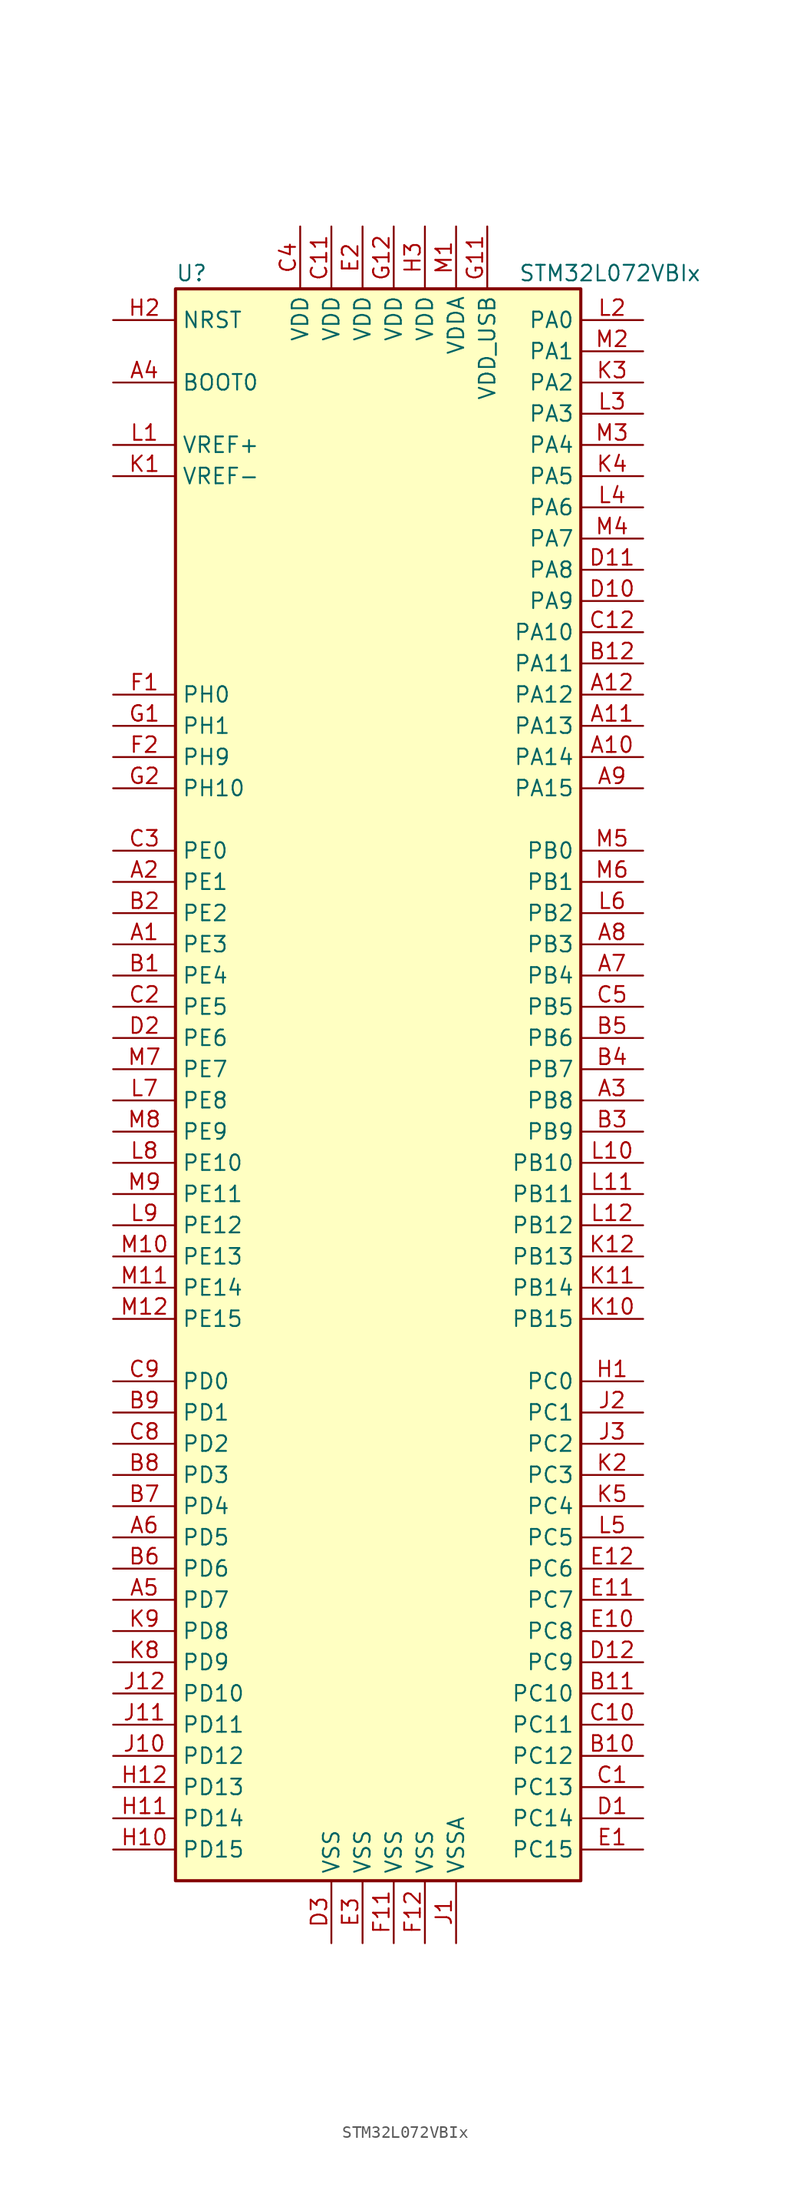
<source format=kicad_sym>
(kicad_symbol_lib
  (version 20211014)
  (generator kicad_symbol_editor)
  (symbol "STM32L072VBIx"
    (property "Reference" "U"
      (at -17.78 64.77 0)
      (effects (font (size 1.27 1.27)) (justify left)))
    (property "Value" "STM32L072VBIx"
      (at 10.16 64.77 0)
      (effects (font (size 1.27 1.27)) (justify left)))
    (symbol "STM32L072VBIx_0_1"
      (rectangle (start -17.78 -66.04) (end 15.24 63.5) (stroke (width 0.254) (type default) (color 0 0 0 0)) (fill (type background))))
    (symbol "STM32L072VBIx_1_1"
      (pin bidirectional line (at -22.86 10.16 0) (length 5.08) (name "PE3" (effects (font (size 1.27 1.27)))) (number "A1" (effects (font (size 1.27 1.27)))))
      (pin bidirectional line (at 20.32 25.4 180) (length 5.08) (name "PA14" (effects (font (size 1.27 1.27)))) (number "A10" (effects (font (size 1.27 1.27)))))
      (pin bidirectional line (at 20.32 27.94 180) (length 5.08) (name "PA13" (effects (font (size 1.27 1.27)))) (number "A11" (effects (font (size 1.27 1.27)))))
      (pin bidirectional line (at 20.32 30.48 180) (length 5.08) (name "PA12" (effects (font (size 1.27 1.27)))) (number "A12" (effects (font (size 1.27 1.27)))))
      (pin bidirectional line (at -22.86 15.24 0) (length 5.08) (name "PE1" (effects (font (size 1.27 1.27)))) (number "A2" (effects (font (size 1.27 1.27)))))
      (pin bidirectional line (at 20.32 -2.54 180) (length 5.08) (name "PB8" (effects (font (size 1.27 1.27)))) (number "A3" (effects (font (size 1.27 1.27)))))
      (pin input line (at -22.86 55.88 0) (length 5.08) (name "BOOT0" (effects (font (size 1.27 1.27)))) (number "A4" (effects (font (size 1.27 1.27)))))
      (pin bidirectional line (at -22.86 -43.18 0) (length 5.08) (name "PD7" (effects (font (size 1.27 1.27)))) (number "A5" (effects (font (size 1.27 1.27)))))
      (pin bidirectional line (at -22.86 -38.1 0) (length 5.08) (name "PD5" (effects (font (size 1.27 1.27)))) (number "A6" (effects (font (size 1.27 1.27)))))
      (pin bidirectional line (at 20.32 7.62 180) (length 5.08) (name "PB4" (effects (font (size 1.27 1.27)))) (number "A7" (effects (font (size 1.27 1.27)))))
      (pin bidirectional line (at 20.32 10.16 180) (length 5.08) (name "PB3" (effects (font (size 1.27 1.27)))) (number "A8" (effects (font (size 1.27 1.27)))))
      (pin bidirectional line (at 20.32 22.86 180) (length 5.08) (name "PA15" (effects (font (size 1.27 1.27)))) (number "A9" (effects (font (size 1.27 1.27)))))
      (pin bidirectional line (at -22.86 7.62 0) (length 5.08) (name "PE4" (effects (font (size 1.27 1.27)))) (number "B1" (effects (font (size 1.27 1.27)))))
      (pin bidirectional line (at 20.32 -55.88 180) (length 5.08) (name "PC12" (effects (font (size 1.27 1.27)))) (number "B10" (effects (font (size 1.27 1.27)))))
      (pin bidirectional line (at 20.32 -50.8 180) (length 5.08) (name "PC10" (effects (font (size 1.27 1.27)))) (number "B11" (effects (font (size 1.27 1.27)))))
      (pin bidirectional line (at 20.32 33.02 180) (length 5.08) (name "PA11" (effects (font (size 1.27 1.27)))) (number "B12" (effects (font (size 1.27 1.27)))))
      (pin bidirectional line (at -22.86 12.7 0) (length 5.08) (name "PE2" (effects (font (size 1.27 1.27)))) (number "B2" (effects (font (size 1.27 1.27)))))
      (pin bidirectional line (at 20.32 -5.08 180) (length 5.08) (name "PB9" (effects (font (size 1.27 1.27)))) (number "B3" (effects (font (size 1.27 1.27)))))
      (pin bidirectional line (at 20.32 0 180) (length 5.08) (name "PB7" (effects (font (size 1.27 1.27)))) (number "B4" (effects (font (size 1.27 1.27)))))
      (pin bidirectional line (at 20.32 2.54 180) (length 5.08) (name "PB6" (effects (font (size 1.27 1.27)))) (number "B5" (effects (font (size 1.27 1.27)))))
      (pin bidirectional line (at -22.86 -40.64 0) (length 5.08) (name "PD6" (effects (font (size 1.27 1.27)))) (number "B6" (effects (font (size 1.27 1.27)))))
      (pin bidirectional line (at -22.86 -35.56 0) (length 5.08) (name "PD4" (effects (font (size 1.27 1.27)))) (number "B7" (effects (font (size 1.27 1.27)))))
      (pin bidirectional line (at -22.86 -33.02 0) (length 5.08) (name "PD3" (effects (font (size 1.27 1.27)))) (number "B8" (effects (font (size 1.27 1.27)))))
      (pin bidirectional line (at -22.86 -27.94 0) (length 5.08) (name "PD1" (effects (font (size 1.27 1.27)))) (number "B9" (effects (font (size 1.27 1.27)))))
      (pin bidirectional line (at 20.32 -58.42 180) (length 5.08) (name "PC13" (effects (font (size 1.27 1.27)))) (number "C1" (effects (font (size 1.27 1.27)))))
      (pin bidirectional line (at 20.32 -53.34 180) (length 5.08) (name "PC11" (effects (font (size 1.27 1.27)))) (number "C10" (effects (font (size 1.27 1.27)))))
      (pin power_in line (at -5.08 68.58 270) (length 5.08) (name "VDD" (effects (font (size 1.27 1.27)))) (number "C11" (effects (font (size 1.27 1.27)))))
      (pin bidirectional line (at 20.32 35.56 180) (length 5.08) (name "PA10" (effects (font (size 1.27 1.27)))) (number "C12" (effects (font (size 1.27 1.27)))))
      (pin bidirectional line (at -22.86 5.08 0) (length 5.08) (name "PE5" (effects (font (size 1.27 1.27)))) (number "C2" (effects (font (size 1.27 1.27)))))
      (pin bidirectional line (at -22.86 17.78 0) (length 5.08) (name "PE0" (effects (font (size 1.27 1.27)))) (number "C3" (effects (font (size 1.27 1.27)))))
      (pin power_in line (at -7.62 68.58 270) (length 5.08) (name "VDD" (effects (font (size 1.27 1.27)))) (number "C4" (effects (font (size 1.27 1.27)))))
      (pin bidirectional line (at 20.32 5.08 180) (length 5.08) (name "PB5" (effects (font (size 1.27 1.27)))) (number "C5" (effects (font (size 1.27 1.27)))))
      (pin bidirectional line (at -22.86 -30.48 0) (length 5.08) (name "PD2" (effects (font (size 1.27 1.27)))) (number "C8" (effects (font (size 1.27 1.27)))))
      (pin bidirectional line (at -22.86 -25.4 0) (length 5.08) (name "PD0" (effects (font (size 1.27 1.27)))) (number "C9" (effects (font (size 1.27 1.27)))))
      (pin bidirectional line (at 20.32 -60.96 180) (length 5.08) (name "PC14" (effects (font (size 1.27 1.27)))) (number "D1" (effects (font (size 1.27 1.27)))))
      (pin bidirectional line (at 20.32 38.1 180) (length 5.08) (name "PA9" (effects (font (size 1.27 1.27)))) (number "D10" (effects (font (size 1.27 1.27)))))
      (pin bidirectional line (at 20.32 40.64 180) (length 5.08) (name "PA8" (effects (font (size 1.27 1.27)))) (number "D11" (effects (font (size 1.27 1.27)))))
      (pin bidirectional line (at 20.32 -48.26 180) (length 5.08) (name "PC9" (effects (font (size 1.27 1.27)))) (number "D12" (effects (font (size 1.27 1.27)))))
      (pin bidirectional line (at -22.86 2.54 0) (length 5.08) (name "PE6" (effects (font (size 1.27 1.27)))) (number "D2" (effects (font (size 1.27 1.27)))))
      (pin power_in line (at -5.08 -71.12 90) (length 5.08) (name "VSS" (effects (font (size 1.27 1.27)))) (number "D3" (effects (font (size 1.27 1.27)))))
      (pin bidirectional line (at 20.32 -63.5 180) (length 5.08) (name "PC15" (effects (font (size 1.27 1.27)))) (number "E1" (effects (font (size 1.27 1.27)))))
      (pin bidirectional line (at 20.32 -45.72 180) (length 5.08) (name "PC8" (effects (font (size 1.27 1.27)))) (number "E10" (effects (font (size 1.27 1.27)))))
      (pin bidirectional line (at 20.32 -43.18 180) (length 5.08) (name "PC7" (effects (font (size 1.27 1.27)))) (number "E11" (effects (font (size 1.27 1.27)))))
      (pin bidirectional line (at 20.32 -40.64 180) (length 5.08) (name "PC6" (effects (font (size 1.27 1.27)))) (number "E12" (effects (font (size 1.27 1.27)))))
      (pin power_in line (at -2.54 68.58 270) (length 5.08) (name "VDD" (effects (font (size 1.27 1.27)))) (number "E2" (effects (font (size 1.27 1.27)))))
      (pin power_in line (at -2.54 -71.12 90) (length 5.08) (name "VSS" (effects (font (size 1.27 1.27)))) (number "E3" (effects (font (size 1.27 1.27)))))
      (pin input line (at -22.86 30.48 0) (length 5.08) (name "PH0" (effects (font (size 1.27 1.27)))) (number "F1" (effects (font (size 1.27 1.27)))))
      (pin power_in line (at 0 -71.12 90) (length 5.08) (name "VSS" (effects (font (size 1.27 1.27)))) (number "F11" (effects (font (size 1.27 1.27)))))
      (pin power_in line (at 2.54 -71.12 90) (length 5.08) (name "VSS" (effects (font (size 1.27 1.27)))) (number "F12" (effects (font (size 1.27 1.27)))))
      (pin bidirectional line (at -22.86 25.4 0) (length 5.08) (name "PH9" (effects (font (size 1.27 1.27)))) (number "F2" (effects (font (size 1.27 1.27)))))
      (pin input line (at -22.86 27.94 0) (length 5.08) (name "PH1" (effects (font (size 1.27 1.27)))) (number "G1" (effects (font (size 1.27 1.27)))))
      (pin power_in line (at 7.62 68.58 270) (length 5.08) (name "VDD_USB" (effects (font (size 1.27 1.27)))) (number "G11" (effects (font (size 1.27 1.27)))))
      (pin power_in line (at 0 68.58 270) (length 5.08) (name "VDD" (effects (font (size 1.27 1.27)))) (number "G12" (effects (font (size 1.27 1.27)))))
      (pin bidirectional line (at -22.86 22.86 0) (length 5.08) (name "PH10" (effects (font (size 1.27 1.27)))) (number "G2" (effects (font (size 1.27 1.27)))))
      (pin bidirectional line (at 20.32 -25.4 180) (length 5.08) (name "PC0" (effects (font (size 1.27 1.27)))) (number "H1" (effects (font (size 1.27 1.27)))))
      (pin bidirectional line (at -22.86 -63.5 0) (length 5.08) (name "PD15" (effects (font (size 1.27 1.27)))) (number "H10" (effects (font (size 1.27 1.27)))))
      (pin bidirectional line (at -22.86 -60.96 0) (length 5.08) (name "PD14" (effects (font (size 1.27 1.27)))) (number "H11" (effects (font (size 1.27 1.27)))))
      (pin bidirectional line (at -22.86 -58.42 0) (length 5.08) (name "PD13" (effects (font (size 1.27 1.27)))) (number "H12" (effects (font (size 1.27 1.27)))))
      (pin input line (at -22.86 60.96 0) (length 5.08) (name "NRST" (effects (font (size 1.27 1.27)))) (number "H2" (effects (font (size 1.27 1.27)))))
      (pin power_in line (at 2.54 68.58 270) (length 5.08) (name "VDD" (effects (font (size 1.27 1.27)))) (number "H3" (effects (font (size 1.27 1.27)))))
      (pin power_in line (at 5.08 -71.12 90) (length 5.08) (name "VSSA" (effects (font (size 1.27 1.27)))) (number "J1" (effects (font (size 1.27 1.27)))))
      (pin bidirectional line (at -22.86 -55.88 0) (length 5.08) (name "PD12" (effects (font (size 1.27 1.27)))) (number "J10" (effects (font (size 1.27 1.27)))))
      (pin bidirectional line (at -22.86 -53.34 0) (length 5.08) (name "PD11" (effects (font (size 1.27 1.27)))) (number "J11" (effects (font (size 1.27 1.27)))))
      (pin bidirectional line (at -22.86 -50.8 0) (length 5.08) (name "PD10" (effects (font (size 1.27 1.27)))) (number "J12" (effects (font (size 1.27 1.27)))))
      (pin bidirectional line (at 20.32 -27.94 180) (length 5.08) (name "PC1" (effects (font (size 1.27 1.27)))) (number "J2" (effects (font (size 1.27 1.27)))))
      (pin bidirectional line (at 20.32 -30.48 180) (length 5.08) (name "PC2" (effects (font (size 1.27 1.27)))) (number "J3" (effects (font (size 1.27 1.27)))))
      (pin power_in line (at -22.86 48.26 0) (length 5.08) (name "VREF-" (effects (font (size 1.27 1.27)))) (number "K1" (effects (font (size 1.27 1.27)))))
      (pin bidirectional line (at 20.32 -20.32 180) (length 5.08) (name "PB15" (effects (font (size 1.27 1.27)))) (number "K10" (effects (font (size 1.27 1.27)))))
      (pin bidirectional line (at 20.32 -17.78 180) (length 5.08) (name "PB14" (effects (font (size 1.27 1.27)))) (number "K11" (effects (font (size 1.27 1.27)))))
      (pin bidirectional line (at 20.32 -15.24 180) (length 5.08) (name "PB13" (effects (font (size 1.27 1.27)))) (number "K12" (effects (font (size 1.27 1.27)))))
      (pin bidirectional line (at 20.32 -33.02 180) (length 5.08) (name "PC3" (effects (font (size 1.27 1.27)))) (number "K2" (effects (font (size 1.27 1.27)))))
      (pin bidirectional line (at 20.32 55.88 180) (length 5.08) (name "PA2" (effects (font (size 1.27 1.27)))) (number "K3" (effects (font (size 1.27 1.27)))))
      (pin bidirectional line (at 20.32 48.26 180) (length 5.08) (name "PA5" (effects (font (size 1.27 1.27)))) (number "K4" (effects (font (size 1.27 1.27)))))
      (pin bidirectional line (at 20.32 -35.56 180) (length 5.08) (name "PC4" (effects (font (size 1.27 1.27)))) (number "K5" (effects (font (size 1.27 1.27)))))
      (pin bidirectional line (at -22.86 -48.26 0) (length 5.08) (name "PD9" (effects (font (size 1.27 1.27)))) (number "K8" (effects (font (size 1.27 1.27)))))
      (pin bidirectional line (at -22.86 -45.72 0) (length 5.08) (name "PD8" (effects (font (size 1.27 1.27)))) (number "K9" (effects (font (size 1.27 1.27)))))
      (pin power_in line (at -22.86 50.8 0) (length 5.08) (name "VREF+" (effects (font (size 1.27 1.27)))) (number "L1" (effects (font (size 1.27 1.27)))))
      (pin bidirectional line (at 20.32 -7.62 180) (length 5.08) (name "PB10" (effects (font (size 1.27 1.27)))) (number "L10" (effects (font (size 1.27 1.27)))))
      (pin bidirectional line (at 20.32 -10.16 180) (length 5.08) (name "PB11" (effects (font (size 1.27 1.27)))) (number "L11" (effects (font (size 1.27 1.27)))))
      (pin bidirectional line (at 20.32 -12.7 180) (length 5.08) (name "PB12" (effects (font (size 1.27 1.27)))) (number "L12" (effects (font (size 1.27 1.27)))))
      (pin bidirectional line (at 20.32 60.96 180) (length 5.08) (name "PA0" (effects (font (size 1.27 1.27)))) (number "L2" (effects (font (size 1.27 1.27)))))
      (pin bidirectional line (at 20.32 53.34 180) (length 5.08) (name "PA3" (effects (font (size 1.27 1.27)))) (number "L3" (effects (font (size 1.27 1.27)))))
      (pin bidirectional line (at 20.32 45.72 180) (length 5.08) (name "PA6" (effects (font (size 1.27 1.27)))) (number "L4" (effects (font (size 1.27 1.27)))))
      (pin bidirectional line (at 20.32 -38.1 180) (length 5.08) (name "PC5" (effects (font (size 1.27 1.27)))) (number "L5" (effects (font (size 1.27 1.27)))))
      (pin bidirectional line (at 20.32 12.7 180) (length 5.08) (name "PB2" (effects (font (size 1.27 1.27)))) (number "L6" (effects (font (size 1.27 1.27)))))
      (pin bidirectional line (at -22.86 -2.54 0) (length 5.08) (name "PE8" (effects (font (size 1.27 1.27)))) (number "L7" (effects (font (size 1.27 1.27)))))
      (pin bidirectional line (at -22.86 -7.62 0) (length 5.08) (name "PE10" (effects (font (size 1.27 1.27)))) (number "L8" (effects (font (size 1.27 1.27)))))
      (pin bidirectional line (at -22.86 -12.7 0) (length 5.08) (name "PE12" (effects (font (size 1.27 1.27)))) (number "L9" (effects (font (size 1.27 1.27)))))
      (pin power_in line (at 5.08 68.58 270) (length 5.08) (name "VDDA" (effects (font (size 1.27 1.27)))) (number "M1" (effects (font (size 1.27 1.27)))))
      (pin bidirectional line (at -22.86 -15.24 0) (length 5.08) (name "PE13" (effects (font (size 1.27 1.27)))) (number "M10" (effects (font (size 1.27 1.27)))))
      (pin bidirectional line (at -22.86 -17.78 0) (length 5.08) (name "PE14" (effects (font (size 1.27 1.27)))) (number "M11" (effects (font (size 1.27 1.27)))))
      (pin bidirectional line (at -22.86 -20.32 0) (length 5.08) (name "PE15" (effects (font (size 1.27 1.27)))) (number "M12" (effects (font (size 1.27 1.27)))))
      (pin bidirectional line (at 20.32 58.42 180) (length 5.08) (name "PA1" (effects (font (size 1.27 1.27)))) (number "M2" (effects (font (size 1.27 1.27)))))
      (pin bidirectional line (at 20.32 50.8 180) (length 5.08) (name "PA4" (effects (font (size 1.27 1.27)))) (number "M3" (effects (font (size 1.27 1.27)))))
      (pin bidirectional line (at 20.32 43.18 180) (length 5.08) (name "PA7" (effects (font (size 1.27 1.27)))) (number "M4" (effects (font (size 1.27 1.27)))))
      (pin bidirectional line (at 20.32 17.78 180) (length 5.08) (name "PB0" (effects (font (size 1.27 1.27)))) (number "M5" (effects (font (size 1.27 1.27)))))
      (pin bidirectional line (at 20.32 15.24 180) (length 5.08) (name "PB1" (effects (font (size 1.27 1.27)))) (number "M6" (effects (font (size 1.27 1.27)))))
      (pin bidirectional line (at -22.86 0 0) (length 5.08) (name "PE7" (effects (font (size 1.27 1.27)))) (number "M7" (effects (font (size 1.27 1.27)))))
      (pin bidirectional line (at -22.86 -5.08 0) (length 5.08) (name "PE9" (effects (font (size 1.27 1.27)))) (number "M8" (effects (font (size 1.27 1.27)))))
      (pin bidirectional line (at -22.86 -10.16 0) (length 5.08) (name "PE11" (effects (font (size 1.27 1.27)))) (number "M9" (effects (font (size 1.27 1.27))))))))
</source>
